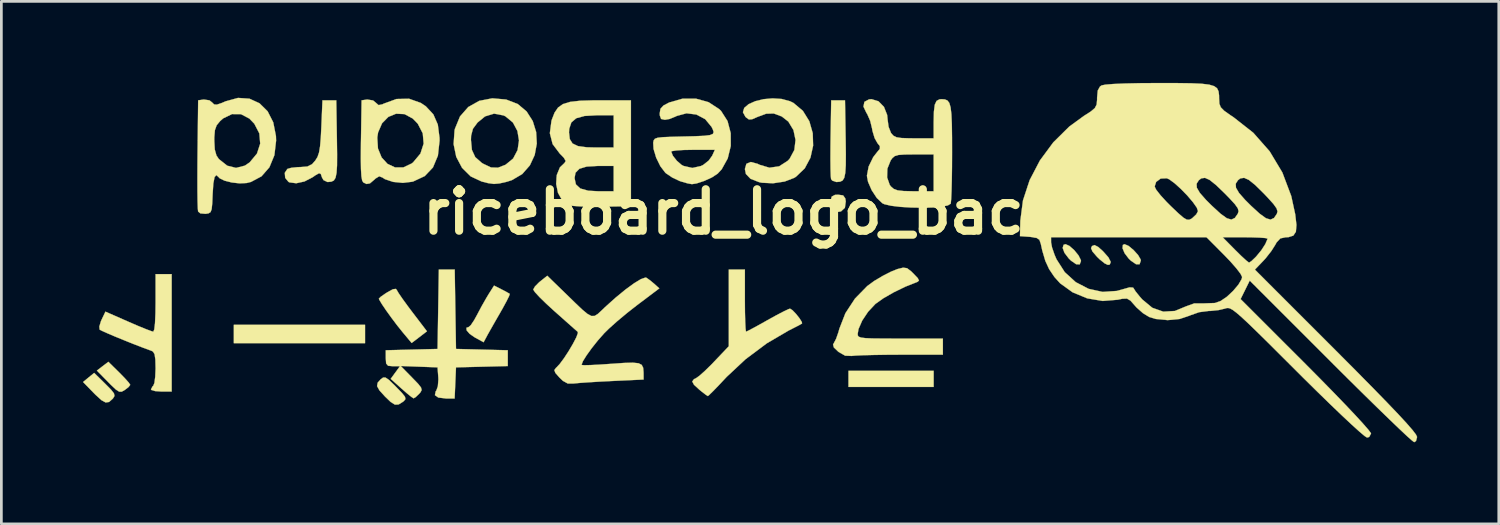
<source format=kicad_pcb>
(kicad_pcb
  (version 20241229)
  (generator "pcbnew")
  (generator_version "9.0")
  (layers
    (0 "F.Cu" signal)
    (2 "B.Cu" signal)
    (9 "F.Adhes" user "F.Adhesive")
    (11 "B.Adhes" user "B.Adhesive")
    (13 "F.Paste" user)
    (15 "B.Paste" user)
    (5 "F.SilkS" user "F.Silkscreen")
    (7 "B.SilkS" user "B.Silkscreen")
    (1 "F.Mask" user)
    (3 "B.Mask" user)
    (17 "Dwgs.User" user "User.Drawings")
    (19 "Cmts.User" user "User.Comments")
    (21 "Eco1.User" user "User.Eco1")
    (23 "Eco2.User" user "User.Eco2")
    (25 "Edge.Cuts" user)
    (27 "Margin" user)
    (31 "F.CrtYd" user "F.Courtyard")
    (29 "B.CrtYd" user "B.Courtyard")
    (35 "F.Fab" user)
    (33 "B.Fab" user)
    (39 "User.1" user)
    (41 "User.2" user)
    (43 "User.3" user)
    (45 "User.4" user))
  (footprint "riceboard_logo_back"
    (layer "F.Cu")
    (at 24.177 4.746)
    (property "Reference" "riceboard_logo_back" (at 0 0 0) (layer "F.SilkS") (effects (font (size 1.524 1.524) (thickness 0.3))))
    (attr through_hole)
    (fp_poly (pts (xy -13.801 4.826) (xy -18.627 4.826) (xy -18.627 4.149) (xy -13.801 4.149) (xy -13.801 4.826)) (stroke (width 0.01) (type solid)) (fill yes) (layer "F.SilkS"))
    (fp_poly (pts (xy 7.112 6.435) (xy 3.979 6.435) (xy 3.979 5.842) (xy 7.112 5.842) (xy 7.112 6.435)) (stroke (width 0.01) (type solid)) (fill yes) (layer "F.SilkS"))
    (fp_poly (pts (xy 3.783 -0.61) (xy 3.862 -0.499) (xy 3.88 -0.39) (xy 3.848 -0.154) (xy 3.705 -0.021) (xy 3.598 -0.003) (xy 3.456 -0.044) (xy 3.401 -0.074) (xy 3.326 -0.206) (xy 3.316 -0.39) (xy 3.363 -0.566) (xy 3.484 -0.629) (xy 3.598 -0.635) (xy 3.783 -0.61)) (stroke (width 0.01) (type solid)) (fill yes) (layer "F.SilkS"))
    (fp_poly (pts (xy 12.108 1.25) (xy 12.284 1.406) (xy 12.44 1.598) (xy 12.526 1.769) (xy 12.531 1.804) (xy 12.483 1.928) (xy 12.353 1.922) (xy 12.162 1.789) (xy 12.081 1.71) (xy 11.923 1.502) (xy 11.857 1.322) (xy 11.891 1.207) (xy 11.964 1.185) (xy 12.108 1.25)) (stroke (width 0.01) (type solid)) (fill yes) (layer "F.SilkS"))
    (fp_poly (pts (xy 13.163 1.286) (xy 13.335 1.439) (xy 13.539 1.668) (xy 13.626 1.839) (xy 13.589 1.934) (xy 13.521 1.947) (xy 13.401 1.891) (xy 13.221 1.746) (xy 13.123 1.651) (xy 12.953 1.455) (xy 12.9 1.33) (xy 12.937 1.253) (xy 13.029 1.217) (xy 13.163 1.286)) (stroke (width 0.01) (type solid)) (fill yes) (layer "F.SilkS"))
    (fp_poly (pts (xy 14.279 1.247) (xy 14.462 1.398) (xy 14.629 1.582) (xy 14.725 1.746) (xy 14.732 1.786) (xy 14.686 1.922) (xy 14.559 1.924) (xy 14.367 1.793) (xy 14.282 1.71) (xy 14.133 1.513) (xy 14.059 1.333) (xy 14.071 1.212) (xy 14.133 1.185) (xy 14.279 1.247)) (stroke (width 0.01) (type solid)) (fill yes) (layer "F.SilkS"))
    (fp_poly (pts (xy -23.355 6.32) (xy -23.142 6.536) (xy -23.035 6.673) (xy -23.016 6.767) (xy -23.068 6.853) (xy -23.086 6.874) (xy -23.215 6.988) (xy -23.34 7.007) (xy -23.496 6.922) (xy -23.716 6.721) (xy -23.795 6.641) (xy -24.172 6.254) (xy -23.968 6.086) (xy -23.763 5.919) (xy -23.355 6.32)) (stroke (width 0.01) (type solid)) (fill yes) (layer "F.SilkS"))
    (fp_poly (pts (xy -22.839 5.906) (xy -22.635 6.115) (xy -22.49 6.278) (xy -22.437 6.358) (xy -22.5 6.441) (xy -22.636 6.546) (xy -22.747 6.608) (xy -22.844 6.609) (xy -22.966 6.531) (xy -23.15 6.357) (xy -23.25 6.255) (xy -23.664 5.834) (xy -23.453 5.672) (xy -23.241 5.511) (xy -22.839 5.906)) (stroke (width 0.01) (type solid)) (fill yes) (layer "F.SilkS"))
    (fp_poly (pts (xy -13.047 6.091) (xy -12.924 6.175) (xy -12.73 6.361) (xy -12.657 6.436) (xy -12.443 6.658) (xy -12.333 6.795) (xy -12.314 6.881) (xy -12.368 6.95) (xy -12.408 6.982) (xy -12.566 7.08) (xy -12.702 7.086) (xy -12.86 6.987) (xy -13.064 6.791) (xy -13.271 6.563) (xy -13.359 6.405) (xy -13.337 6.279) (xy -13.224 6.153) (xy -13.136 6.089) (xy -13.047 6.091)) (stroke (width 0.01) (type solid)) (fill yes) (layer "F.SilkS"))
    (fp_poly (pts (xy 3.876 -2.673) (xy 3.883 -2.122) (xy 3.88 -1.718) (xy 3.862 -1.438) (xy 3.825 -1.258) (xy 3.763 -1.158) (xy 3.672 -1.113) (xy 3.546 -1.102) (xy 3.532 -1.102) (xy 3.382 -1.154) (xy 3.339 -1.21) (xy 3.327 -1.328) (xy 3.319 -1.584) (xy 3.315 -1.948) (xy 3.317 -2.388) (xy 3.321 -2.713) (xy 3.344 -4.106) (xy 3.852 -4.106) (xy 3.876 -2.673)) (stroke (width 0.01) (type solid)) (fill yes) (layer "F.SilkS"))
    (fp_poly (pts (xy -12.631 2.874) (xy -12.566 2.986) (xy -12.421 3.198) (xy -12.219 3.475) (xy -12.058 3.689) (xy -11.524 4.389) (xy -12.087 4.819) (xy -12.42 4.42) (xy -12.62 4.17) (xy -12.832 3.889) (xy -13.03 3.614) (xy -13.187 3.381) (xy -13.279 3.225) (xy -13.293 3.188) (xy -13.228 3.122) (xy -13.064 3.007) (xy -12.981 2.954) (xy -12.774 2.841) (xy -12.665 2.829) (xy -12.631 2.874)) (stroke (width 0.01) (type solid)) (fill yes) (layer "F.SilkS"))
    (fp_poly (pts (xy -8.782 2.846) (xy -8.594 2.945) (xy -8.484 3.008) (xy -8.478 3.013) (xy -8.503 3.093) (xy -8.598 3.284) (xy -8.744 3.553) (xy -8.828 3.7) (xy -9.015 4.025) (xy -9.181 4.317) (xy -9.3 4.528) (xy -9.325 4.576) (xy -9.44 4.791) (xy -9.758 4.618) (xy -9.954 4.483) (xy -10.066 4.352) (xy -10.072 4.259) (xy -9.992 4.233) (xy -9.912 4.164) (xy -9.791 3.983) (xy -9.684 3.79) (xy -9.518 3.476) (xy -9.341 3.165) (xy -9.258 3.027) (xy -9.056 2.707) (xy -8.782 2.846)) (stroke (width 0.01) (type solid)) (fill yes) (layer "F.SilkS"))
    (fp_poly (pts (xy -14.836 -2.673) (xy -14.829 -2.122) (xy -14.831 -1.718) (xy -14.849 -1.438) (xy -14.886 -1.259) (xy -14.948 -1.158) (xy -15.041 -1.114) (xy -15.168 -1.102) (xy -15.184 -1.102) (xy -15.33 -1.172) (xy -15.385 -1.27) (xy -15.428 -1.398) (xy -15.493 -1.424) (xy -15.627 -1.349) (xy -15.73 -1.277) (xy -16.028 -1.122) (xy -16.332 -1.056) (xy -16.582 -1.089) (xy -16.616 -1.106) (xy -16.738 -1.254) (xy -16.753 -1.44) (xy -16.658 -1.583) (xy -16.512 -1.625) (xy -16.274 -1.649) (xy -16.182 -1.651) (xy -15.92 -1.672) (xy -15.749 -1.758) (xy -15.632 -1.89) (xy -15.551 -2.02) (xy -15.494 -2.184) (xy -15.455 -2.416) (xy -15.427 -2.753) (xy -15.409 -3.117) (xy -15.367 -4.106) (xy -14.859 -4.106) (xy -14.836 -2.673)) (stroke (width 0.01) (type solid)) (fill yes) (layer "F.SilkS"))
    (fp_poly (pts (xy -20.913 6.604) (xy -21.294 6.604) (xy -21.521 6.588) (xy -21.657 6.548) (xy -21.675 6.524) (xy -21.613 6.41) (xy -21.59 6.392) (xy -21.548 6.287) (xy -21.518 6.061) (xy -21.505 5.762) (xy -21.505 5.75) (xy -21.513 5.427) (xy -21.541 5.236) (xy -21.598 5.138) (xy -21.654 5.107) (xy -21.946 5) (xy -22.293 4.866) (xy -22.658 4.72) (xy -23.005 4.578) (xy -23.295 4.454) (xy -23.494 4.364) (xy -23.563 4.326) (xy -23.574 4.213) (xy -23.515 4.019) (xy -23.49 3.962) (xy -23.349 3.666) (xy -22.511 4.034) (xy -22.162 4.185) (xy -21.867 4.306) (xy -21.663 4.382) (xy -21.59 4.403) (xy -21.553 4.321) (xy -21.526 4.09) (xy -21.51 3.727) (xy -21.505 3.344) (xy -21.505 2.286) (xy -20.913 2.286) (xy -20.913 6.604)) (stroke (width 0.01) (type solid)) (fill yes) (layer "F.SilkS"))
    (fp_poly (pts (xy -10.456 5.038) (xy -9.504 5.062) (xy -8.551 5.086) (xy -8.551 5.667) (xy -9.504 5.691) (xy -10.456 5.715) (xy -10.481 6.287) (xy -10.506 6.858) (xy -10.836 6.858) (xy -11.106 6.826) (xy -11.231 6.737) (xy -11.203 6.598) (xy -11.178 6.564) (xy -11.123 6.411) (xy -11.104 6.169) (xy -11.107 6.081) (xy -11.134 5.715) (xy -11.811 5.69) (xy -12.488 5.665) (xy -12.071 6.09) (xy -11.855 6.313) (xy -11.743 6.454) (xy -11.718 6.549) (xy -11.763 6.634) (xy -11.809 6.686) (xy -11.94 6.811) (xy -12.015 6.854) (xy -12.099 6.8) (xy -12.269 6.662) (xy -12.461 6.494) (xy -12.857 6.138) (xy -12.687 5.905) (xy -12.517 5.673) (xy -12.778 5.673) (xy -12.953 5.657) (xy -13.025 5.574) (xy -13.039 5.379) (xy -13.039 5.086) (xy -12.086 5.062) (xy -11.134 5.038) (xy -11.087 2.117) (xy -10.503 2.117) (xy -10.456 5.038)) (stroke (width 0.01) (type solid)) (fill yes) (layer "F.SilkS"))
    (fp_poly (pts (xy 0.169 3.26) (xy 0.172 3.677) (xy 0.181 4.027) (xy 0.193 4.277) (xy 0.208 4.397) (xy 0.212 4.403) (xy 0.299 4.363) (xy 0.5 4.257) (xy 0.781 4.103) (xy 1 3.979) (xy 1.322 3.801) (xy 1.592 3.66) (xy 1.774 3.574) (xy 1.83 3.556) (xy 1.92 3.613) (xy 2.05 3.749) (xy 2.179 3.912) (xy 2.264 4.048) (xy 2.272 4.103) (xy 2.187 4.151) (xy 1.995 4.251) (xy 1.778 4.361) (xy 0.977 4.83) (xy 0.196 5.414) (xy -0.5 6.064) (xy -0.544 6.111) (xy -0.798 6.382) (xy -1.008 6.598) (xy -1.148 6.735) (xy -1.193 6.771) (xy -1.273 6.72) (xy -1.433 6.596) (xy -1.504 6.538) (xy -1.703 6.355) (xy -1.767 6.235) (xy -1.705 6.151) (xy -1.63 6.114) (xy -1.507 6.028) (xy -1.306 5.849) (xy -1.061 5.609) (xy -0.953 5.496) (xy -0.423 4.939) (xy -0.423 2.117) (xy 0.169 2.117) (xy 0.169 3.26)) (stroke (width 0.01) (type solid)) (fill yes) (layer "F.SilkS"))
    (fp_poly (pts (xy 1.524 -4.156) (xy 1.831 -4.072) (xy 1.957 -4.01) (xy 2.304 -3.718) (xy 2.54 -3.336) (xy 2.665 -2.898) (xy 2.679 -2.44) (xy 2.581 -1.997) (xy 2.371 -1.604) (xy 2.049 -1.296) (xy 1.982 -1.254) (xy 1.63 -1.119) (xy 1.206 -1.055) (xy 0.793 -1.075) (xy 0.699 -1.094) (xy 0.378 -1.219) (xy 0.207 -1.397) (xy 0.169 -1.579) (xy 0.225 -1.772) (xy 0.385 -1.838) (xy 0.633 -1.773) (xy 0.711 -1.735) (xy 1.072 -1.628) (xy 1.429 -1.679) (xy 1.745 -1.882) (xy 1.815 -1.957) (xy 1.988 -2.28) (xy 2.032 -2.648) (xy 1.956 -3.011) (xy 1.768 -3.323) (xy 1.527 -3.512) (xy 1.231 -3.622) (xy 0.95 -3.614) (xy 0.636 -3.497) (xy 0.435 -3.41) (xy 0.317 -3.402) (xy 0.216 -3.474) (xy 0.19 -3.499) (xy 0.097 -3.669) (xy 0.145 -3.827) (xy 0.306 -3.965) (xy 0.553 -4.075) (xy 0.857 -4.149) (xy 1.189 -4.178) (xy 1.524 -4.156)) (stroke (width 0.01) (type solid)) (fill yes) (layer "F.SilkS"))
    (fp_poly (pts (xy -8.61 -4.135) (xy -8.184 -3.97) (xy -7.858 -3.696) (xy -7.633 -3.344) (xy -7.508 -2.94) (xy -7.484 -2.515) (xy -7.561 -2.096) (xy -7.739 -1.714) (xy -8.019 -1.395) (xy -8.402 -1.17) (xy -8.579 -1.113) (xy -8.859 -1.049) (xy -9.062 -1.031) (xy -9.274 -1.06) (xy -9.511 -1.12) (xy -9.915 -1.308) (xy -10.232 -1.621) (xy -10.447 -2.027) (xy -10.544 -2.496) (xy -10.533 -2.652) (xy -9.906 -2.652) (xy -9.871 -2.283) (xy -9.749 -2.019) (xy -9.512 -1.809) (xy -9.456 -1.774) (xy -9.167 -1.637) (xy -8.911 -1.629) (xy -8.633 -1.737) (xy -8.355 -1.965) (xy -8.191 -2.276) (xy -8.139 -2.628) (xy -8.197 -2.98) (xy -8.363 -3.29) (xy -8.637 -3.517) (xy -8.709 -3.551) (xy -9.057 -3.617) (xy -9.388 -3.515) (xy -9.665 -3.288) (xy -9.833 -3.06) (xy -9.9 -2.806) (xy -9.906 -2.652) (xy -10.533 -2.652) (xy -10.509 -3) (xy -10.497 -3.055) (xy -10.309 -3.513) (xy -10.004 -3.861) (xy -9.601 -4.087) (xy -9.12 -4.18) (xy -8.61 -4.135)) (stroke (width 0.01) (type solid)) (fill yes) (layer "F.SilkS"))
    (fp_poly (pts (xy 6.134 2.068) (xy 6.284 2.182) (xy 6.371 2.268) (xy 6.528 2.433) (xy 6.573 2.522) (xy 6.518 2.571) (xy 6.472 2.589) (xy 6.07 2.748) (xy 5.648 2.953) (xy 5.264 3.173) (xy 4.98 3.375) (xy 4.965 3.387) (xy 4.701 3.67) (xy 4.485 3.993) (xy 4.349 4.304) (xy 4.318 4.484) (xy 4.324 4.545) (xy 4.359 4.589) (xy 4.444 4.62) (xy 4.603 4.64) (xy 4.857 4.651) (xy 5.231 4.655) (xy 5.746 4.657) (xy 5.884 4.657) (xy 7.451 4.657) (xy 7.451 5.249) (xy 5.895 5.249) (xy 5.381 5.252) (xy 4.912 5.259) (xy 4.518 5.269) (xy 4.233 5.282) (xy 4.096 5.295) (xy 3.857 5.286) (xy 3.616 5.148) (xy 3.601 5.136) (xy 3.442 4.984) (xy 3.412 4.875) (xy 3.446 4.814) (xy 3.524 4.665) (xy 3.609 4.422) (xy 3.645 4.292) (xy 3.866 3.724) (xy 4.219 3.185) (xy 4.668 2.726) (xy 4.924 2.538) (xy 5.237 2.352) (xy 5.546 2.194) (xy 5.777 2.101) (xy 5.99 2.048) (xy 6.134 2.068)) (stroke (width 0.01) (type solid)) (fill yes) (layer "F.SilkS"))
    (fp_poly (pts (xy -11.749 -4.01) (xy -11.566 -3.887) (xy -11.289 -3.59) (xy -11.124 -3.213) (xy -11.062 -2.726) (xy -11.06 -2.625) (xy -11.121 -2.072) (xy -11.303 -1.637) (xy -11.605 -1.32) (xy -12.028 -1.122) (xy -12.065 -1.112) (xy -12.41 -1.07) (xy -12.769 -1.106) (xy -13.069 -1.206) (xy -13.162 -1.267) (xy -13.279 -1.312) (xy -13.414 -1.231) (xy -13.456 -1.191) (xy -13.621 -1.051) (xy -13.747 -1.029) (xy -13.866 -1.087) (xy -13.907 -1.156) (xy -13.935 -1.314) (xy -13.951 -1.581) (xy -13.957 -1.976) (xy -13.953 -2.518) (xy -13.951 -2.631) (xy -13.949 -2.738) (xy -13.351 -2.738) (xy -13.326 -2.335) (xy -13.191 -2.005) (xy -12.973 -1.767) (xy -12.698 -1.639) (xy -12.393 -1.639) (xy -12.083 -1.785) (xy -12.035 -1.823) (xy -11.764 -2.147) (xy -11.646 -2.513) (xy -11.678 -2.89) (xy -11.861 -3.245) (xy -12.045 -3.435) (xy -12.349 -3.599) (xy -12.658 -3.614) (xy -12.944 -3.497) (xy -13.175 -3.262) (xy -13.321 -2.926) (xy -13.351 -2.738) (xy -13.949 -2.738) (xy -13.928 -4.106) (xy -13.721 -4.136) (xy -13.506 -4.102) (xy -13.41 -4.023) (xy -13.303 -3.93) (xy -13.161 -3.96) (xy -13.118 -3.982) (xy -12.643 -4.155) (xy -12.182 -4.164) (xy -11.749 -4.01)) (stroke (width 0.01) (type solid)) (fill yes) (layer "F.SilkS"))
    (fp_poly (pts (xy -4.022 -0.212) (xy -5.08 -0.195) (xy -5.502 -0.194) (xy -5.876 -0.204) (xy -6.161 -0.224) (xy -6.317 -0.251) (xy -6.32 -0.252) (xy -6.552 -0.429) (xy -6.705 -0.704) (xy -6.772 -1.03) (xy -6.758 -1.249) (xy -6.096 -1.249) (xy -6.046 -1.015) (xy -5.883 -0.863) (xy -5.591 -0.782) (xy -5.236 -0.762) (xy -4.657 -0.762) (xy -4.657 -1.693) (xy -5.243 -1.693) (xy -5.652 -1.669) (xy -5.917 -1.589) (xy -6.059 -1.444) (xy -6.096 -1.249) (xy -6.758 -1.249) (xy -6.75 -1.358) (xy -6.635 -1.639) (xy -6.464 -1.804) (xy -6.421 -1.875) (xy -6.489 -1.994) (xy -6.638 -2.146) (xy -6.902 -2.496) (xy -7.004 -2.898) (xy -7.001 -2.922) (xy -6.299 -2.922) (xy -6.271 -2.681) (xy -6.17 -2.519) (xy -5.97 -2.423) (xy -5.647 -2.379) (xy -5.318 -2.371) (xy -4.657 -2.371) (xy -4.657 -3.556) (xy -5.282 -3.556) (xy -5.729 -3.531) (xy -6.032 -3.448) (xy -6.213 -3.294) (xy -6.292 -3.057) (xy -6.299 -2.922) (xy -7.001 -2.922) (xy -6.945 -3.35) (xy -6.93 -3.398) (xy -6.83 -3.654) (xy -6.702 -3.841) (xy -6.521 -3.969) (xy -6.259 -4.049) (xy -5.89 -4.091) (xy -5.389 -4.106) (xy -5.18 -4.106) (xy -4.022 -4.106) (xy -4.022 -0.212)) (stroke (width 0.01) (type solid)) (fill yes) (layer "F.SilkS"))
    (fp_poly (pts (xy -18.051 -4.166) (xy -17.682 -3.997) (xy -17.384 -3.702) (xy -17.177 -3.296) (xy -17.078 -2.793) (xy -17.072 -2.625) (xy -17.135 -2.088) (xy -17.318 -1.644) (xy -17.609 -1.311) (xy -17.996 -1.105) (xy -18.154 -1.065) (xy -18.41 -1.052) (xy -18.701 -1.084) (xy -18.967 -1.151) (xy -19.147 -1.238) (xy -19.178 -1.272) (xy -19.268 -1.357) (xy -19.335 -1.283) (xy -19.381 -1.048) (xy -19.406 -0.656) (xy -19.421 -0.314) (xy -19.442 -0.105) (xy -19.483 0.005) (xy -19.556 0.051) (xy -19.664 0.069) (xy -19.859 0.052) (xy -19.941 -0.017) (xy -19.952 -0.131) (xy -19.961 -0.389) (xy -19.966 -0.766) (xy -19.967 -1.237) (xy -19.965 -1.776) (xy -19.962 -2.118) (xy -19.956 -2.632) (xy -19.346 -2.632) (xy -19.328 -2.297) (xy -19.265 -2.075) (xy -19.177 -1.946) (xy -18.87 -1.702) (xy -18.546 -1.621) (xy -18.222 -1.704) (xy -18.046 -1.823) (xy -17.776 -2.147) (xy -17.657 -2.513) (xy -17.689 -2.89) (xy -17.873 -3.245) (xy -18.056 -3.435) (xy -18.365 -3.597) (xy -18.694 -3.6) (xy -19.015 -3.445) (xy -19.13 -3.345) (xy -19.258 -3.189) (xy -19.323 -3.01) (xy -19.345 -2.746) (xy -19.346 -2.632) (xy -19.956 -2.632) (xy -19.939 -4.106) (xy -19.732 -4.136) (xy -19.524 -4.106) (xy -19.426 -4.029) (xy -19.352 -3.956) (xy -19.251 -3.948) (xy -19.072 -4.008) (xy -18.929 -4.07) (xy -18.472 -4.195) (xy -18.051 -4.166)) (stroke (width 0.01) (type solid)) (fill yes) (layer "F.SilkS"))
    (fp_poly (pts (xy -1.165 -4.037) (xy -0.773 -3.781) (xy -0.704 -3.712) (xy -0.469 -3.344) (xy -0.352 -2.9) (xy -0.35 -2.427) (xy -0.462 -1.969) (xy -0.683 -1.571) (xy -0.832 -1.41) (xy -1.041 -1.272) (xy -1.328 -1.141) (xy -1.613 -1.048) (xy -1.778 -1.023) (xy -1.936 -1.051) (xy -2.169 -1.118) (xy -2.231 -1.139) (xy -2.499 -1.265) (xy -2.732 -1.422) (xy -2.758 -1.445) (xy -2.94 -1.683) (xy -3.094 -1.997) (xy -3.16 -2.22) (xy -2.54 -2.22) (xy -2.479 -2.067) (xy -2.334 -1.883) (xy -2.16 -1.732) (xy -2.086 -1.693) (xy -1.763 -1.619) (xy -1.454 -1.688) (xy -1.367 -1.729) (xy -1.162 -1.89) (xy -1.034 -2.068) (xy -0.935 -2.286) (xy -1.737 -2.286) (xy -2.083 -2.28) (xy -2.353 -2.262) (xy -2.513 -2.237) (xy -2.54 -2.22) (xy -3.16 -2.22) (xy -3.19 -2.317) (xy -3.203 -2.55) (xy -3.185 -2.635) (xy -3.14 -2.693) (xy -3.038 -2.73) (xy -2.85 -2.751) (xy -2.549 -2.764) (xy -2.159 -2.774) (xy -1.672 -2.786) (xy -1.332 -2.801) (xy -1.118 -2.827) (xy -1.008 -2.871) (xy -0.98 -2.939) (xy -1.012 -3.039) (xy -1.057 -3.13) (xy -1.291 -3.413) (xy -1.614 -3.584) (xy -1.978 -3.629) (xy -2.334 -3.533) (xy -2.371 -3.514) (xy -2.598 -3.421) (xy -2.773 -3.39) (xy -2.913 -3.421) (xy -2.961 -3.554) (xy -2.963 -3.628) (xy -2.936 -3.795) (xy -2.826 -3.915) (xy -2.613 -4.027) (xy -2.126 -4.166) (xy -1.63 -4.167) (xy -1.165 -4.037)) (stroke (width 0.01) (type solid)) (fill yes) (layer "F.SilkS"))
    (fp_poly (pts (xy -6.449 2.976) (xy -6.079 3.336) (xy -5.81 3.592) (xy -5.617 3.752) (xy -5.474 3.826) (xy -5.356 3.823) (xy -5.239 3.75) (xy -5.097 3.619) (xy -4.975 3.501) (xy -4.59 3.155) (xy -4.227 2.857) (xy -3.907 2.623) (xy -3.653 2.469) (xy -3.488 2.412) (xy -3.454 2.418) (xy -3.312 2.519) (xy -3.161 2.645) (xy -2.978 2.81) (xy -3.796 3.427) (xy -4.164 3.715) (xy -4.525 4.016) (xy -4.831 4.29) (xy -5.004 4.46) (xy -5.242 4.73) (xy -5.466 5.012) (xy -5.655 5.275) (xy -5.786 5.485) (xy -5.835 5.611) (xy -5.83 5.628) (xy -5.737 5.636) (xy -5.508 5.631) (xy -5.177 5.614) (xy -4.779 5.587) (xy -4.743 5.585) (xy -4.275 5.552) (xy -3.951 5.543) (xy -3.742 5.564) (xy -3.625 5.624) (xy -3.572 5.73) (xy -3.558 5.891) (xy -3.557 5.939) (xy -3.556 6.163) (xy -4.72 6.217) (xy -5.171 6.24) (xy -5.581 6.265) (xy -5.91 6.288) (xy -6.119 6.308) (xy -6.143 6.311) (xy -6.345 6.31) (xy -6.523 6.212) (xy -6.651 6.09) (xy -6.801 5.919) (xy -6.839 5.816) (xy -6.781 5.736) (xy -6.772 5.73) (xy -6.644 5.595) (xy -6.482 5.376) (xy -6.31 5.113) (xy -6.153 4.846) (xy -6.032 4.614) (xy -5.973 4.455) (xy -5.977 4.411) (xy -6.067 4.331) (xy -6.257 4.163) (xy -6.518 3.931) (xy -6.824 3.659) (xy -6.837 3.648) (xy -7.136 3.374) (xy -7.382 3.134) (xy -7.55 2.952) (xy -7.615 2.855) (xy -7.615 2.852) (xy -7.551 2.739) (xy -7.397 2.584) (xy -7.354 2.549) (xy -7.098 2.346) (xy -6.449 2.976)) (stroke (width 0.01) (type solid)) (fill yes) (layer "F.SilkS"))
    (fp_poly (pts (xy 7.525 -4.14) (xy 7.619 -4.1) (xy 7.688 -4.01) (xy 7.735 -3.848) (xy 7.765 -3.595) (xy 7.781 -3.23) (xy 7.788 -2.733) (xy 7.789 -2.191) (xy 7.787 -1.657) (xy 7.78 -1.174) (xy 7.77 -0.772) (xy 7.757 -0.478) (xy 7.742 -0.318) (xy 7.738 -0.303) (xy 7.632 -0.24) (xy 7.395 -0.194) (xy 7.064 -0.167) (xy 6.676 -0.156) (xy 6.269 -0.164) (xy 5.879 -0.188) (xy 5.543 -0.229) (xy 5.299 -0.286) (xy 5.226 -0.32) (xy 5.022 -0.513) (xy 4.833 -0.8) (xy 4.698 -1.11) (xy 4.668 -1.27) (xy 5.4 -1.27) (xy 5.498 -0.993) (xy 5.542 -0.936) (xy 5.645 -0.848) (xy 5.786 -0.795) (xy 6.007 -0.77) (xy 6.351 -0.762) (xy 6.405 -0.762) (xy 7.112 -0.762) (xy 7.112 -2.117) (xy 6.394 -2.117) (xy 6.042 -2.113) (xy 5.818 -2.097) (xy 5.682 -2.056) (xy 5.592 -1.98) (xy 5.531 -1.894) (xy 5.41 -1.593) (xy 5.4 -1.27) (xy 4.668 -1.27) (xy 4.657 -1.334) (xy 4.721 -1.672) (xy 4.888 -2.015) (xy 5.015 -2.179) (xy 5.132 -2.321) (xy 5.134 -2.419) (xy 5.044 -2.533) (xy 4.94 -2.719) (xy 4.861 -2.983) (xy 4.848 -3.063) (xy 4.779 -3.349) (xy 4.669 -3.6) (xy 4.639 -3.645) (xy 4.53 -3.876) (xy 4.565 -4.05) (xy 4.735 -4.141) (xy 4.829 -4.149) (xy 5.083 -4.071) (xy 5.284 -3.866) (xy 5.401 -3.571) (xy 5.419 -3.394) (xy 5.455 -3.13) (xy 5.543 -2.908) (xy 5.55 -2.898) (xy 5.632 -2.805) (xy 5.744 -2.748) (xy 5.927 -2.72) (xy 6.22 -2.71) (xy 6.397 -2.709) (xy 7.112 -2.709) (xy 7.112 -3.295) (xy 7.121 -3.69) (xy 7.153 -3.944) (xy 7.219 -4.085) (xy 7.327 -4.143) (xy 7.4 -4.149) (xy 7.525 -4.14)) (stroke (width 0.01) (type solid)) (fill yes) (layer "F.SilkS"))
    (fp_poly (pts (xy 16.066 -4.74) (xy 16.584 -4.733) (xy 16.971 -4.716) (xy 17.246 -4.683) (xy 17.428 -4.628) (xy 17.537 -4.548) (xy 17.59 -4.437) (xy 17.609 -4.29) (xy 17.611 -4.153) (xy 17.621 -3.98) (xy 17.672 -3.85) (xy 17.795 -3.724) (xy 18.02 -3.564) (xy 18.14 -3.485) (xy 18.868 -2.913) (xy 19.469 -2.232) (xy 19.937 -1.452) (xy 20.265 -0.583) (xy 20.411 0.09) (xy 20.455 0.477) (xy 20.435 0.729) (xy 20.34 0.87) (xy 20.161 0.927) (xy 20.058 0.931) (xy 19.864 0.972) (xy 19.723 1.123) (xy 19.678 1.206) (xy 19.533 1.435) (xy 19.329 1.696) (xy 19.233 1.801) (xy 18.927 2.12) (xy 21.91 5.103) (xy 22.652 5.848) (xy 23.277 6.482) (xy 23.791 7.01) (xy 24.2 7.438) (xy 24.509 7.773) (xy 24.724 8.02) (xy 24.85 8.185) (xy 24.892 8.275) (xy 24.892 8.277) (xy 24.852 8.425) (xy 24.786 8.467) (xy 24.707 8.408) (xy 24.52 8.242) (xy 24.238 7.977) (xy 23.873 7.627) (xy 23.435 7.202) (xy 22.938 6.715) (xy 22.392 6.176) (xy 21.81 5.597) (xy 21.709 5.495) (xy 18.737 2.524) (xy 18.401 3.204) (xy 20.8 5.602) (xy 21.325 6.131) (xy 21.811 6.627) (xy 22.244 7.076) (xy 22.611 7.464) (xy 22.9 7.779) (xy 23.098 8.006) (xy 23.193 8.132) (xy 23.199 8.149) (xy 23.13 8.276) (xy 23.051 8.297) (xy 22.961 8.239) (xy 22.765 8.073) (xy 22.477 7.812) (xy 22.111 7.469) (xy 21.68 7.056) (xy 21.198 6.586) (xy 20.678 6.073) (xy 20.485 5.88) (xy 19.883 5.279) (xy 19.389 4.787) (xy 18.99 4.395) (xy 18.676 4.091) (xy 18.432 3.864) (xy 18.249 3.706) (xy 18.114 3.604) (xy 18.015 3.549) (xy 17.94 3.531) (xy 17.876 3.537) (xy 17.833 3.552) (xy 17.597 3.608) (xy 17.301 3.639) (xy 17.224 3.641) (xy 16.877 3.686) (xy 16.549 3.801) (xy 16.532 3.81) (xy 16.162 3.935) (xy 15.72 3.978) (xy 15.283 3.936) (xy 15.04 3.863) (xy 14.809 3.721) (xy 14.572 3.511) (xy 14.513 3.444) (xy 14.352 3.262) (xy 14.223 3.186) (xy 14.052 3.192) (xy 13.884 3.228) (xy 13.328 3.273) (xy 12.76 3.177) (xy 12.224 2.956) (xy 11.765 2.625) (xy 11.555 2.393) (xy 11.36 2.104) (xy 11.219 1.799) (xy 11.107 1.419) (xy 11.052 1.169) (xy 11 1.021) (xy 10.887 0.948) (xy 10.768 0.931) (xy 11.43 0.931) (xy 11.431 1.122) (xy 11.466 1.305) (xy 11.556 1.567) (xy 11.63 1.739) (xy 11.934 2.214) (xy 12.338 2.581) (xy 12.811 2.827) (xy 13.326 2.94) (xy 13.851 2.904) (xy 14.055 2.847) (xy 14.316 2.773) (xy 14.447 2.781) (xy 14.468 2.808) (xy 14.54 2.923) (xy 14.688 3.107) (xy 14.784 3.217) (xy 15.154 3.524) (xy 15.557 3.666) (xy 15.985 3.641) (xy 16.393 3.472) (xy 16.693 3.364) (xy 17.036 3.363) (xy 17.459 3.348) (xy 17.669 3.273) (xy 17.895 3.119) (xy 18.126 2.903) (xy 18.321 2.672) (xy 18.439 2.47) (xy 18.457 2.391) (xy 18.4 2.275) (xy 18.246 2.073) (xy 18.02 1.815) (xy 17.803 1.589) (xy 17.149 0.931) (xy 17.743 0.931) (xy 18.203 1.397) (xy 18.427 1.618) (xy 18.606 1.782) (xy 18.706 1.86) (xy 18.714 1.863) (xy 18.799 1.807) (xy 18.945 1.668) (xy 18.981 1.63) (xy 19.164 1.407) (xy 19.31 1.181) (xy 19.385 1.007) (xy 19.389 0.979) (xy 19.31 0.959) (xy 19.099 0.943) (xy 18.79 0.933) (xy 18.566 0.931) (xy 17.743 0.931) (xy 17.149 0.931) (xy 11.43 0.931) (xy 10.768 0.931) (xy 10.66 0.916) (xy 10.646 0.915) (xy 10.287 0.889) (xy 10.3 0.322) (xy 10.397 -0.424) (xy 10.565 -0.935) (xy 15.24 -0.935) (xy 15.298 -0.816) (xy 15.454 -0.617) (xy 15.681 -0.369) (xy 15.834 -0.216) (xy 16.109 0.046) (xy 16.294 0.206) (xy 16.418 0.28) (xy 16.511 0.287) (xy 16.603 0.242) (xy 16.617 0.232) (xy 16.771 0.088) (xy 16.834 -0.031) (xy 16.79 -0.159) (xy 16.649 -0.36) (xy 16.445 -0.6) (xy 16.209 -0.843) (xy 15.992 -1.04) (xy 16.783 -1.04) (xy 16.791 -0.892) (xy 16.904 -0.7) (xy 17.131 -0.442) (xy 17.349 -0.225) (xy 17.664 0.064) (xy 17.894 0.23) (xy 18.061 0.28) (xy 18.189 0.221) (xy 18.299 0.064) (xy 18.327 -0.029) (xy 18.297 -0.137) (xy 18.191 -0.287) (xy 17.99 -0.506) (xy 17.812 -0.688) (xy 17.496 -0.992) (xy 17.436 -1.04) (xy 18.222 -1.04) (xy 18.231 -0.892) (xy 18.343 -0.7) (xy 18.57 -0.442) (xy 18.788 -0.225) (xy 19.104 0.064) (xy 19.334 0.23) (xy 19.501 0.281) (xy 19.629 0.222) (xy 19.734 0.071) (xy 19.759 -0.022) (xy 19.722 -0.136) (xy 19.606 -0.298) (xy 19.392 -0.535) (xy 19.253 -0.681) (xy 18.938 -0.991) (xy 18.705 -1.179) (xy 18.53 -1.256) (xy 18.39 -1.234) (xy 18.305 -1.168) (xy 18.222 -1.04) (xy 17.436 -1.04) (xy 17.263 -1.178) (xy 17.091 -1.255) (xy 16.955 -1.236) (xy 16.866 -1.168) (xy 16.783 -1.04) (xy 15.992 -1.04) (xy 15.976 -1.054) (xy 15.779 -1.199) (xy 15.69 -1.239) (xy 15.462 -1.229) (xy 15.294 -1.104) (xy 15.24 -0.935) (xy 10.565 -0.935) (xy 10.643 -1.172) (xy 11.02 -1.894) (xy 11.512 -2.56) (xy 12.1 -3.141) (xy 12.636 -3.532) (xy 12.895 -3.698) (xy 13.041 -3.823) (xy 13.106 -3.95) (xy 13.123 -4.124) (xy 13.123 -4.2) (xy 13.147 -4.465) (xy 13.229 -4.613) (xy 13.287 -4.654) (xy 13.427 -4.683) (xy 13.719 -4.707) (xy 14.146 -4.725) (xy 14.69 -4.737) (xy 15.333 -4.741) (xy 15.398 -4.741) (xy 16.066 -4.74)) (stroke (width 0.01) (type solid)) (fill yes) (layer "F.SilkS")))
  (gr_rect
    (start -3 -3)
    (end 52.074 16.218)
    (stroke (width 0.1) (type default))
    (fill no)
    (layer "Edge.Cuts")))
</source>
